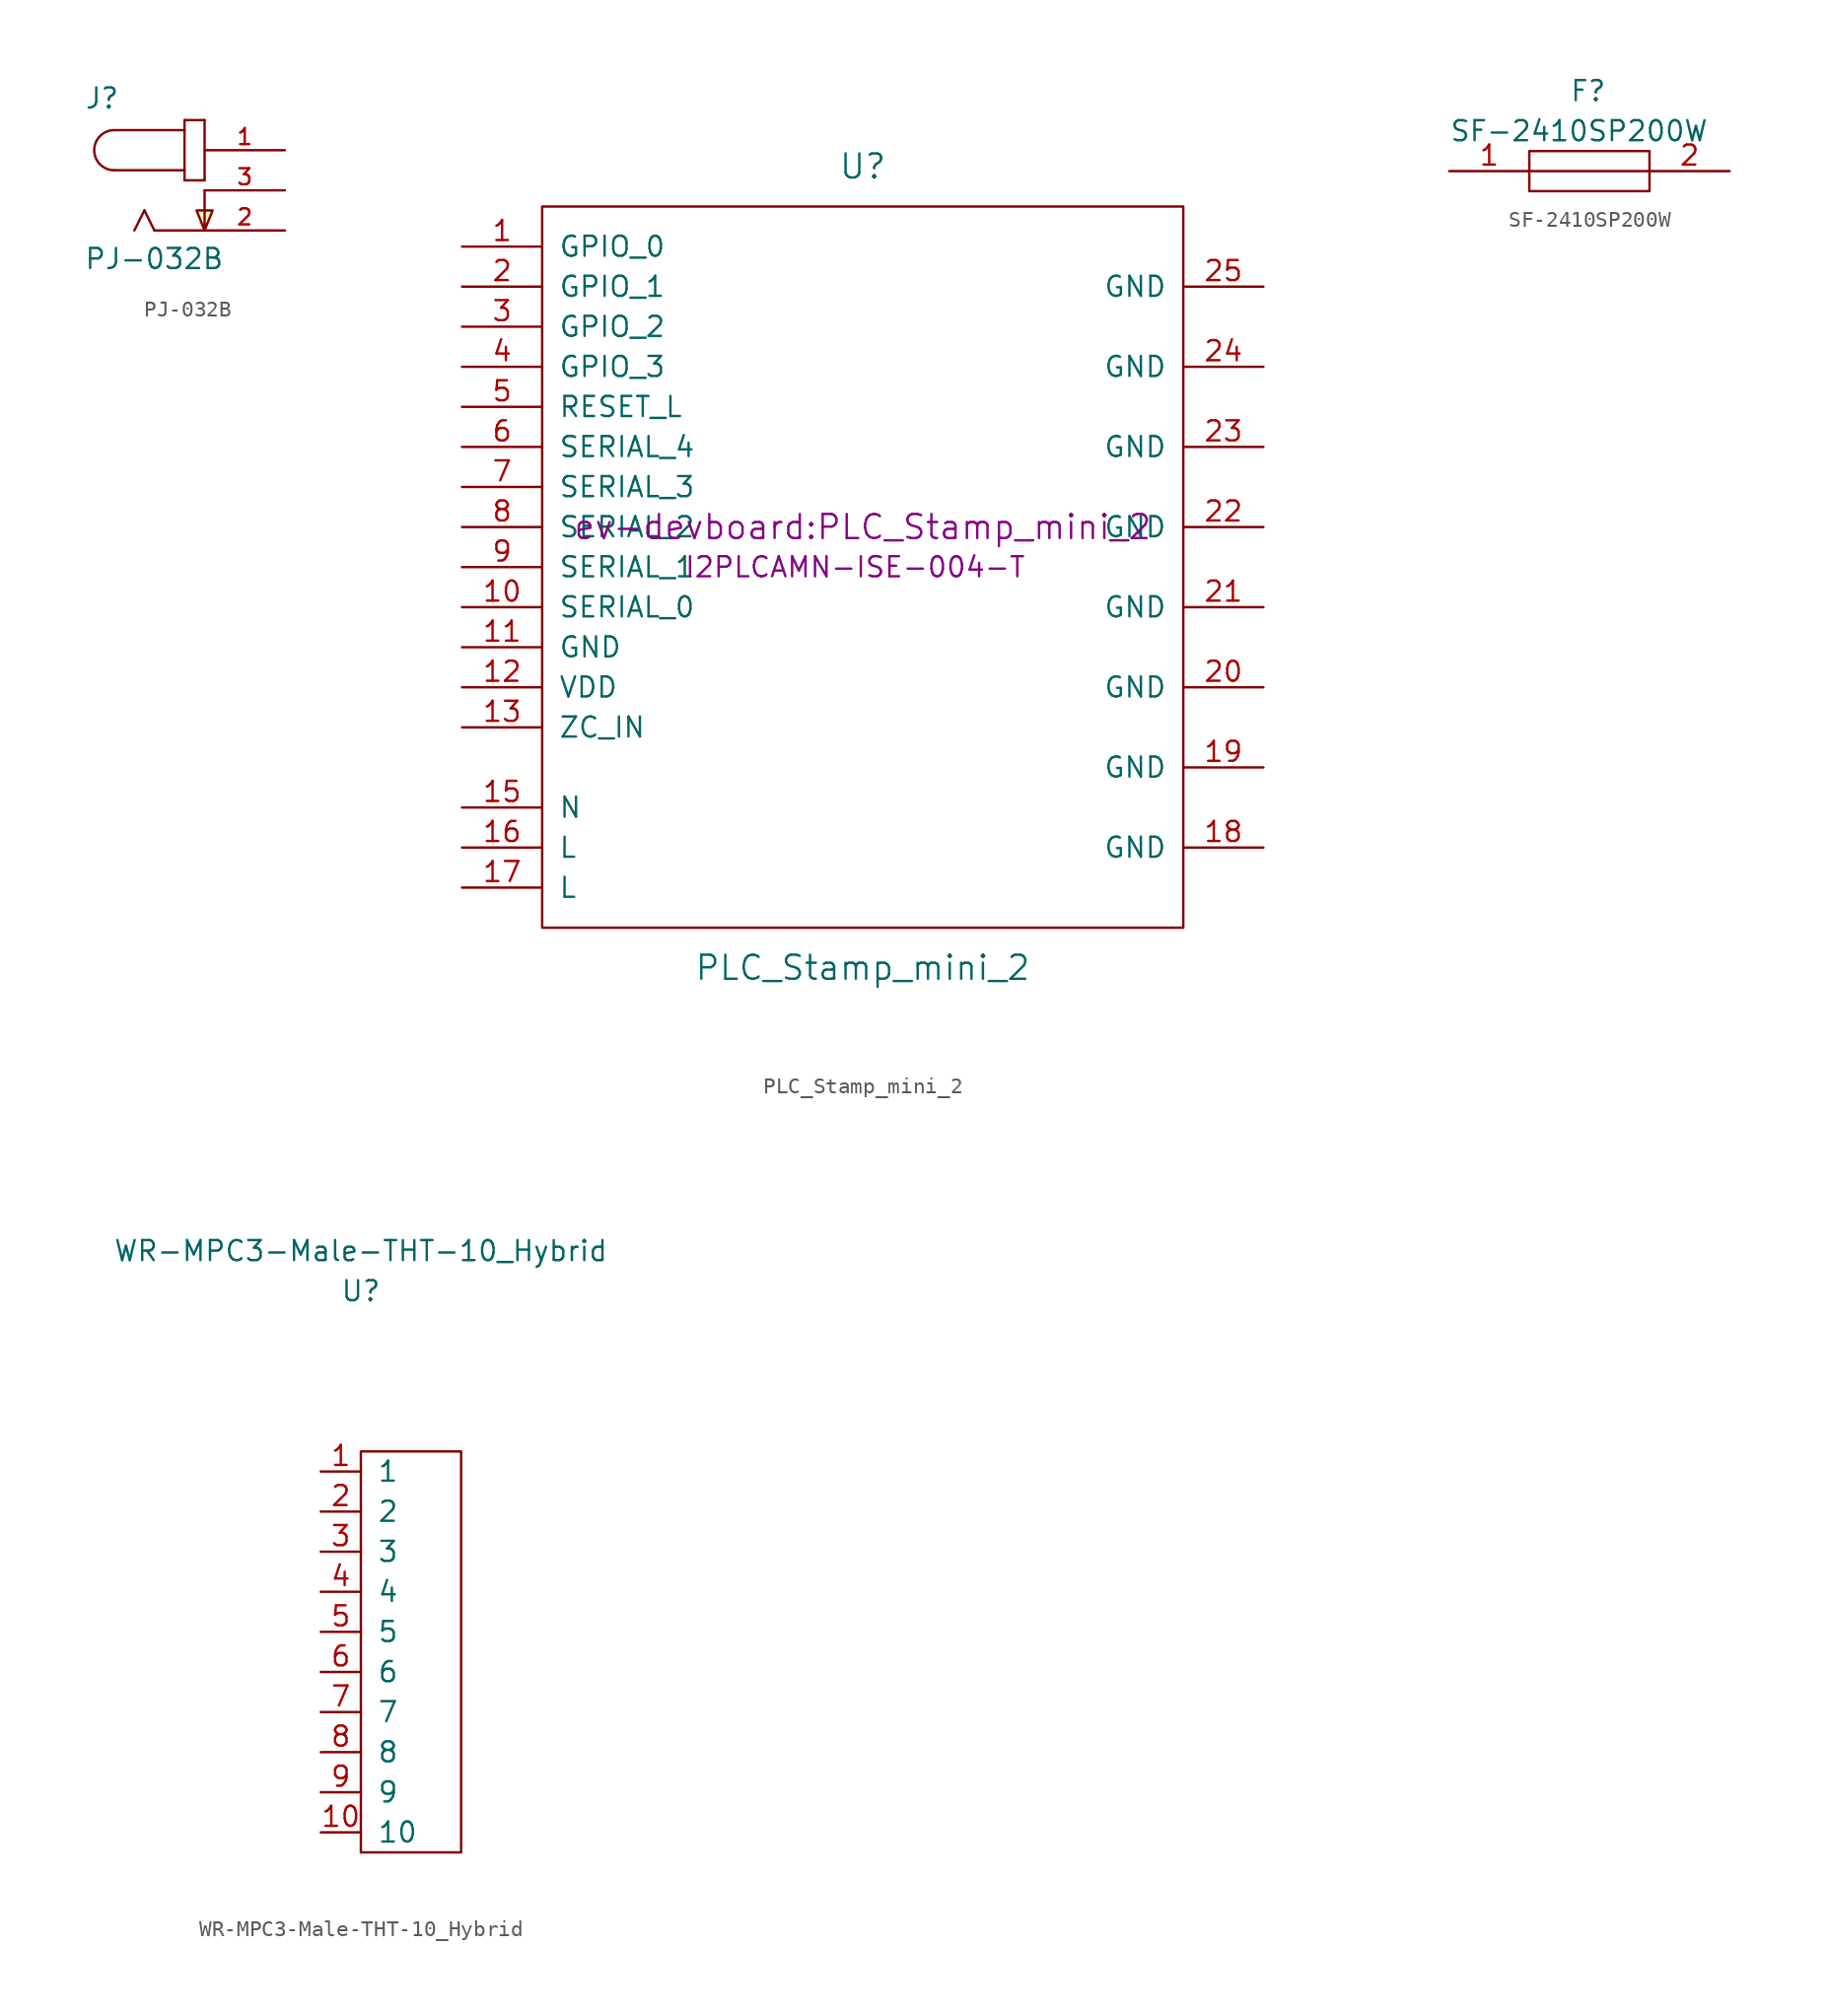
<source format=kicad_sym>
(kicad_symbol_lib
  (version 20211014)
  (generator kicad_symbol_editor)
  (symbol "PJ-032B"
    (pin_names
      (offset 1.016) hide)
    (property "Reference" "J"
      (at -7.62 5.08 0)
      (effects (font (size 1.27 1.27)) (justify left bottom)))
    (property "Value" "PJ-032B"
      (at -7.645 -5.08 0)
      (effects (font (size 1.27 1.27)) (justify left bottom)))
    (symbol "PJ-032B_0_0"
      (arc (start -5.715 3.81) (mid -6.985 2.54) (end -5.715 1.27) (stroke (width 0.1524) (type default) (color 0 0 0 0)) (fill (type none)))
      (polyline (pts (xy -5.715 3.81) (xy -1.27 3.81)) (stroke (width 0.152) (type default) (color 0 0 0 0)) (fill (type none)))
      (polyline (pts (xy -3.81 -1.27) (xy -4.445 -2.54)) (stroke (width 0.152) (type default) (color 0 0 0 0)) (fill (type none)))
      (polyline (pts (xy -3.175 -2.54) (xy -3.81 -1.27)) (stroke (width 0.152) (type default) (color 0 0 0 0)) (fill (type none)))
      (polyline (pts (xy -1.27 0.635) (xy 0 0.635)) (stroke (width 0.152) (type default) (color 0 0 0 0)) (fill (type none)))
      (polyline (pts (xy -1.27 1.27) (xy -5.715 1.27)) (stroke (width 0.152) (type default) (color 0 0 0 0)) (fill (type none)))
      (polyline (pts (xy -1.27 1.27) (xy -1.27 0.635)) (stroke (width 0.152) (type default) (color 0 0 0 0)) (fill (type none)))
      (polyline (pts (xy -1.27 3.81) (xy -1.27 1.27)) (stroke (width 0.152) (type default) (color 0 0 0 0)) (fill (type none)))
      (polyline (pts (xy -1.27 4.445) (xy -1.27 3.81)) (stroke (width 0.152) (type default) (color 0 0 0 0)) (fill (type none)))
      (polyline (pts (xy 0 -2.54) (xy -3.175 -2.54)) (stroke (width 0.152) (type default) (color 0 0 0 0)) (fill (type none)))
      (polyline (pts (xy 0 0) (xy 0 -2.54)) (stroke (width 0.152) (type default) (color 0 0 0 0)) (fill (type none)))
      (polyline (pts (xy 0 0.635) (xy 0 4.445)) (stroke (width 0.152) (type default) (color 0 0 0 0)) (fill (type none)))
      (polyline (pts (xy 0 4.445) (xy -1.27 4.445)) (stroke (width 0.152) (type default) (color 0 0 0 0)) (fill (type none)))
      (polyline (pts (xy 0 -2.54) (xy -0.508 -1.27) (xy 0.508 -1.27) (xy 0 -2.54)) (stroke (width 0.152) (type default) (color 0 0 0 0)) (fill (type background)))
      (pin passive line (at 5.08 2.54 180) (length 5.08) (name "~" (effects (font (size 1.016 1.016)))) (number "1" (effects (font (size 1.016 1.016)))))
      (pin passive line (at 5.08 -2.54 180) (length 5.08) (name "~" (effects (font (size 1.016 1.016)))) (number "2" (effects (font (size 1.016 1.016)))))
      (pin passive line (at 5.08 0 180) (length 5.08) (name "~" (effects (font (size 1.016 1.016)))) (number "3" (effects (font (size 1.016 1.016)))))))
  (symbol "PLC_Stamp_mini_2"
    (pin_names
      (offset 1.016))
    (property "Reference" "U"
      (at 0 25.4 0)
      (effects (font (size 1.524 1.524))))
    (property "Value" "PLC_Stamp_mini_2"
      (at 0 -25.4 0)
      (effects (font (size 1.524 1.524))))
    (property "Footprint" "ev-devboard:PLC_Stamp_mini_2"
      (at 0 2.54 0)
      (effects (font (size 1.524 1.524))))
    (property "Datasheet" ""
      (at 0 2.54 0)
      (effects (font (size 1.524 1.524))))
    (property "MPN" "I2PLCAMN-ISE-004-T "
      (at 0 0 0)
      (effects (font (size 1.27 1.27))))
    (symbol "PLC_Stamp_mini_2_0_1"
      (rectangle (start -20.32 22.86) (end 20.32 -22.86) (stroke (width 0) (type default) (color 0 0 0 0)) (fill (type none))))
    (symbol "PLC_Stamp_mini_2_1_1"
      (pin bidirectional line (at -25.4 20.32 0) (length 5.08) (name "GPIO_0" (effects (font (size 1.27 1.27)))) (number "1" (effects (font (size 1.27 1.27)))))
      (pin bidirectional line (at -25.4 -2.54 0) (length 5.08) (name "SERIAL_0" (effects (font (size 1.27 1.27)))) (number "10" (effects (font (size 1.27 1.27)))))
      (pin power_in line (at -25.4 -5.08 0) (length 5.08) (name "GND" (effects (font (size 1.27 1.27)))) (number "11" (effects (font (size 1.27 1.27)))))
      (pin power_in line (at -25.4 -7.62 0) (length 5.08) (name "VDD" (effects (font (size 1.27 1.27)))) (number "12" (effects (font (size 1.27 1.27)))))
      (pin input line (at -25.4 -10.16 0) (length 5.08) (name "ZC_IN" (effects (font (size 1.27 1.27)))) (number "13" (effects (font (size 1.27 1.27)))))
      (pin passive line (at -25.4 -15.24 0) (length 5.08) (name "N" (effects (font (size 1.27 1.27)))) (number "15" (effects (font (size 1.27 1.27)))))
      (pin passive line (at -25.4 -17.78 0) (length 5.08) (name "L" (effects (font (size 1.27 1.27)))) (number "16" (effects (font (size 1.27 1.27)))))
      (pin passive line (at -25.4 -20.32 0) (length 5.08) (name "L" (effects (font (size 1.27 1.27)))) (number "17" (effects (font (size 1.27 1.27)))))
      (pin power_in line (at 25.4 -17.78 180) (length 5.08) (name "GND" (effects (font (size 1.27 1.27)))) (number "18" (effects (font (size 1.27 1.27)))))
      (pin power_in line (at 25.4 -12.7 180) (length 5.08) (name "GND" (effects (font (size 1.27 1.27)))) (number "19" (effects (font (size 1.27 1.27)))))
      (pin bidirectional line (at -25.4 17.78 0) (length 5.08) (name "GPIO_1" (effects (font (size 1.27 1.27)))) (number "2" (effects (font (size 1.27 1.27)))))
      (pin power_in line (at 25.4 -7.62 180) (length 5.08) (name "GND" (effects (font (size 1.27 1.27)))) (number "20" (effects (font (size 1.27 1.27)))))
      (pin power_in line (at 25.4 -2.54 180) (length 5.08) (name "GND" (effects (font (size 1.27 1.27)))) (number "21" (effects (font (size 1.27 1.27)))))
      (pin power_in line (at 25.4 2.54 180) (length 5.08) (name "GND" (effects (font (size 1.27 1.27)))) (number "22" (effects (font (size 1.27 1.27)))))
      (pin power_in line (at 25.4 7.62 180) (length 5.08) (name "GND" (effects (font (size 1.27 1.27)))) (number "23" (effects (font (size 1.27 1.27)))))
      (pin power_in line (at 25.4 12.7 180) (length 5.08) (name "GND" (effects (font (size 1.27 1.27)))) (number "24" (effects (font (size 1.27 1.27)))))
      (pin power_in line (at 25.4 17.78 180) (length 5.08) (name "GND" (effects (font (size 1.27 1.27)))) (number "25" (effects (font (size 1.27 1.27)))))
      (pin bidirectional line (at -25.4 15.24 0) (length 5.08) (name "GPIO_2" (effects (font (size 1.27 1.27)))) (number "3" (effects (font (size 1.27 1.27)))))
      (pin bidirectional line (at -25.4 12.7 0) (length 5.08) (name "GPIO_3" (effects (font (size 1.27 1.27)))) (number "4" (effects (font (size 1.27 1.27)))))
      (pin input line (at -25.4 10.16 0) (length 5.08) (name "RESET_L" (effects (font (size 1.27 1.27)))) (number "5" (effects (font (size 1.27 1.27)))))
      (pin bidirectional line (at -25.4 7.62 0) (length 5.08) (name "SERIAL_4" (effects (font (size 1.27 1.27)))) (number "6" (effects (font (size 1.27 1.27)))))
      (pin bidirectional line (at -25.4 5.08 0) (length 5.08) (name "SERIAL_3" (effects (font (size 1.27 1.27)))) (number "7" (effects (font (size 1.27 1.27)))))
      (pin bidirectional line (at -25.4 2.54 0) (length 5.08) (name "SERIAL_2" (effects (font (size 1.27 1.27)))) (number "8" (effects (font (size 1.27 1.27)))))
      (pin bidirectional line (at -25.4 0 0) (length 5.08) (name "SERIAL_1" (effects (font (size 1.27 1.27)))) (number "9" (effects (font (size 1.27 1.27)))))))
  (symbol "SF-2410SP200W"
    (pin_names
      (offset 0.762))
    (property "Reference" "F"
      (at -2.54 5.08 0)
      (effects (font (size 1.27 1.27)) (justify left)))
    (property "Value" "SF-2410SP200W"
      (at -10.16 2.54 0)
      (effects (font (size 1.27 1.27)) (justify left)))
    (symbol "SF-2410SP200W_0_0"
      (pin passive line (at -10.16 0 0) (length 5.08) (name "~" (effects (font (size 1.27 1.27)))) (number "1" (effects (font (size 1.27 1.27)))))
      (pin passive line (at 7.62 0 180) (length 5.08) (name "~" (effects (font (size 1.27 1.27)))) (number "2" (effects (font (size 1.27 1.27))))))
    (symbol "SF-2410SP200W_0_1"
      (polyline (pts (xy -5.08 0) (xy 2.54 0)) (stroke (width 0.152) (type default) (color 0 0 0 0)) (fill (type none)))
      (polyline (pts (xy -5.08 1.27) (xy 2.54 1.27) (xy 2.54 -1.27) (xy -5.08 -1.27) (xy -5.08 1.27)) (stroke (width 0.152) (type default) (color 0 0 0 0)) (fill (type none)))))
  (symbol "WR-MPC3-Male-THT-10_Hybrid"
    (pin_names
      (offset 1.016))
    (property "Reference" "U"
      (at -1.27 22.86 0)
      (effects (font (size 1.27 1.27))))
    (property "Value" "WR-MPC3-Male-THT-10_Hybrid"
      (at -1.27 25.4 0)
      (effects (font (size 1.27 1.27))))
    (symbol "WR-MPC3-Male-THT-10_Hybrid_0_1"
      (rectangle (start -1.27 12.7) (end 5.08 -12.7) (stroke (width 0) (type default) (color 0 0 0 0)) (fill (type none))))
    (symbol "WR-MPC3-Male-THT-10_Hybrid_1_1"
      (pin passive line (at -3.81 11.43 0) (length 2.54) (name "1" (effects (font (size 1.27 1.27)))) (number "1" (effects (font (size 1.27 1.27)))))
      (pin passive line (at -3.81 -11.43 0) (length 2.54) (name "10" (effects (font (size 1.27 1.27)))) (number "10" (effects (font (size 1.27 1.27)))))
      (pin passive line (at -3.81 8.89 0) (length 2.54) (name "2" (effects (font (size 1.27 1.27)))) (number "2" (effects (font (size 1.27 1.27)))))
      (pin passive line (at -3.81 6.35 0) (length 2.54) (name "3" (effects (font (size 1.27 1.27)))) (number "3" (effects (font (size 1.27 1.27)))))
      (pin passive line (at -3.81 3.81 0) (length 2.54) (name "4" (effects (font (size 1.27 1.27)))) (number "4" (effects (font (size 1.27 1.27)))))
      (pin passive line (at -3.81 1.27 0) (length 2.54) (name "5" (effects (font (size 1.27 1.27)))) (number "5" (effects (font (size 1.27 1.27)))))
      (pin passive line (at -3.81 -1.27 0) (length 2.54) (name "6" (effects (font (size 1.27 1.27)))) (number "6" (effects (font (size 1.27 1.27)))))
      (pin passive line (at -3.81 -3.81 0) (length 2.54) (name "7" (effects (font (size 1.27 1.27)))) (number "7" (effects (font (size 1.27 1.27)))))
      (pin passive line (at -3.81 -6.35 0) (length 2.54) (name "8" (effects (font (size 1.27 1.27)))) (number "8" (effects (font (size 1.27 1.27)))))
      (pin passive line (at -3.81 -8.89 0) (length 2.54) (name "9" (effects (font (size 1.27 1.27)))) (number "9" (effects (font (size 1.27 1.27))))))))
</source>
